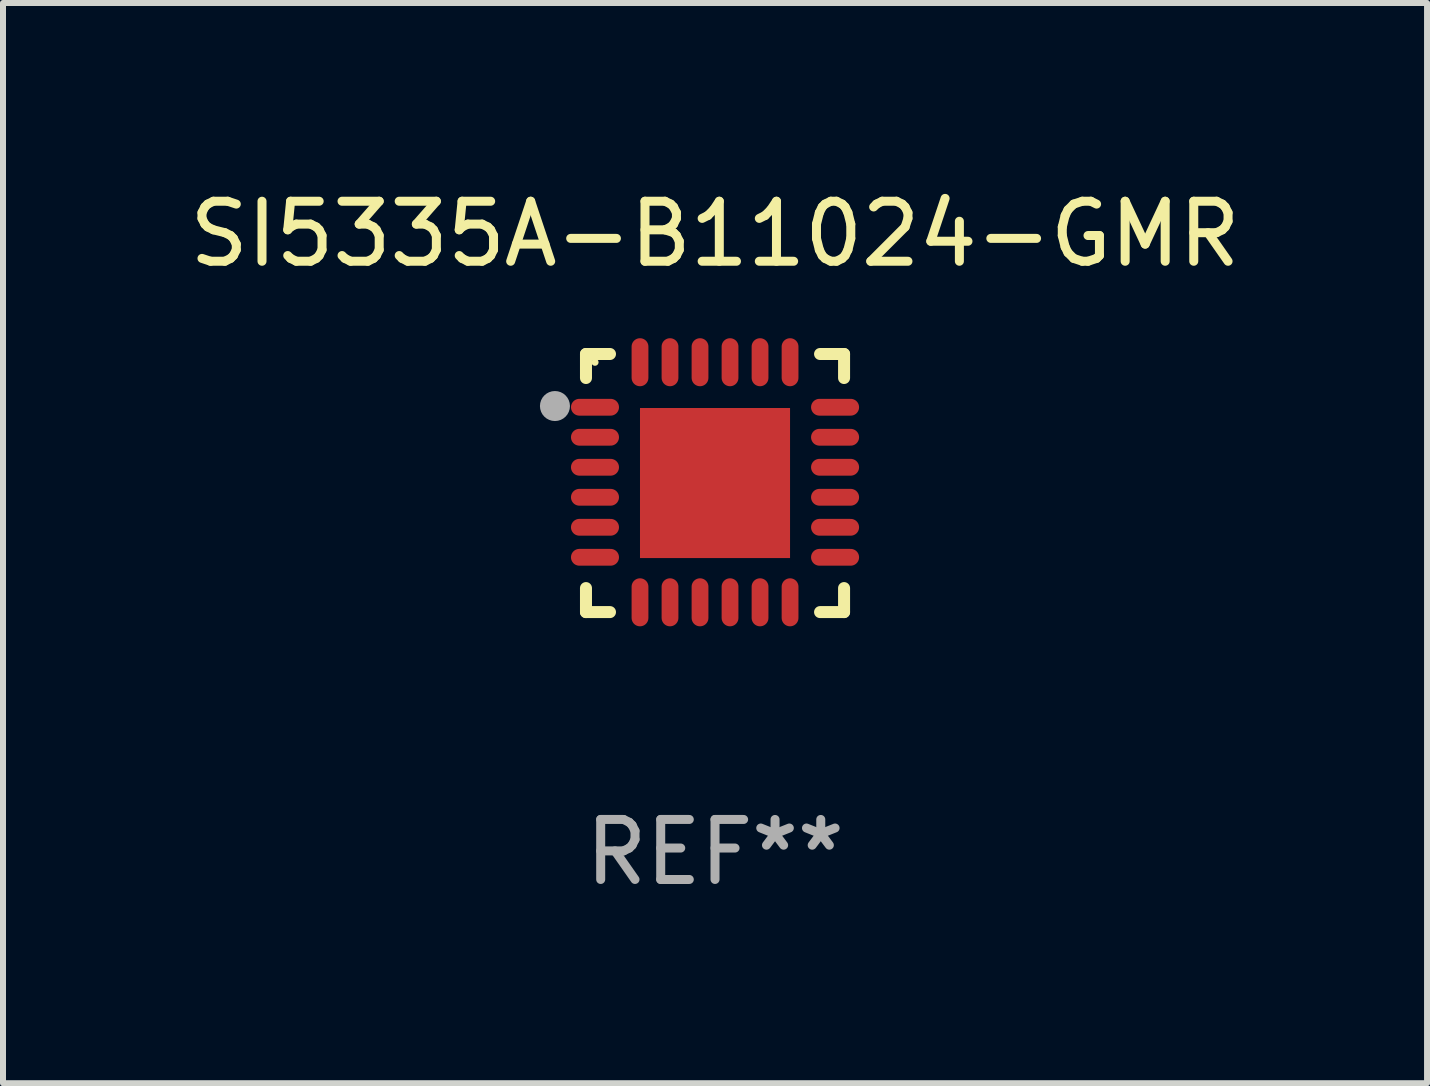
<source format=kicad_pcb>
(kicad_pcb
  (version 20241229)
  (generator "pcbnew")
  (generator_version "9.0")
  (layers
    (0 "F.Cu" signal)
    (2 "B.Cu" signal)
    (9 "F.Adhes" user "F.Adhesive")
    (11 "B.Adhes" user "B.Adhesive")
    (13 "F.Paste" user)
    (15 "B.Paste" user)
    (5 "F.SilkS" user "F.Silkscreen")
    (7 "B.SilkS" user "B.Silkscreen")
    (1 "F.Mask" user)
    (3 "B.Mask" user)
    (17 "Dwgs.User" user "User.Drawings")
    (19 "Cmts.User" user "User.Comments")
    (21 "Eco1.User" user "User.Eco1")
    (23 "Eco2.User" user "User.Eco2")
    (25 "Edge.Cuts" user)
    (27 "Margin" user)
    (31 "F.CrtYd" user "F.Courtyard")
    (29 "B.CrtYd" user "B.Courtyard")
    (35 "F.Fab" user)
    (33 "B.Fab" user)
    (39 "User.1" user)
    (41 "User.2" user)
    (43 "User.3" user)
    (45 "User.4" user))
  (footprint "SI5335A-B11024-GMR"
    (layer "F.Cu")
    (at 8.863 4.998)
    (property "Reference" "SI5335A-B11024-GMR" (at 0 -4.15 0) (layer "F.SilkS") (effects (font (size 1 1) (thickness 0.15))))
    (attr through_hole)
    (fp_line (start -2.15 -2.15) (end -1.75 -2.15) (stroke (width 0.2) (type solid)) (layer "F.SilkS"))
    (fp_line (start -2.15 -1.75) (end -2.15 -2.15) (stroke (width 0.2) (type solid)) (layer "F.SilkS"))
    (fp_line (start -2.15 2.15) (end -2.15 1.75) (stroke (width 0.2) (type solid)) (layer "F.SilkS"))
    (fp_line (start -1.75 2.15) (end -2.15 2.15) (stroke (width 0.2) (type solid)) (layer "F.SilkS"))
    (fp_line (start 1.75 -2.15) (end 2.15 -2.15) (stroke (width 0.2) (type solid)) (layer "F.SilkS"))
    (fp_line (start 1.75 2.15) (end 2.15 2.15) (stroke (width 0.2) (type solid)) (layer "F.SilkS"))
    (fp_line (start 2.15 -2.15) (end 2.15 -1.75) (stroke (width 0.2) (type solid)) (layer "F.SilkS"))
    (fp_line (start 2.15 2.15) (end 2.15 1.75) (stroke (width 0.2) (type solid)) (layer "F.SilkS"))
    (fp_circle (center -2 -2.013) (end -1.97 -2.013) (stroke (width 0.06) (type solid)) (fill no) (layer "F.SilkS"))
    (fp_circle (center -2.667 -1.283) (end -2.542 -1.283) (stroke (width 0.25) (type solid)) (fill no) (layer "F.Fab"))
    (fp_text user "REF**" (at 0 6.15 0) (layer "F.Fab") (effects (font (size 1 1) (thickness 0.15))))
    (pad "1" smd oval (at -2 -1.263) (size 0.8 0.28) (layers "F.Cu" "F.Mask" "F.Paste"))
    (pad "2" smd oval (at -2 -0.763) (size 0.8 0.28) (layers "F.Cu" "F.Mask" "F.Paste"))
    (pad "3" smd oval (at -2 -0.263) (size 0.8 0.28) (layers "F.Cu" "F.Mask" "F.Paste"))
    (pad "4" smd oval (at -2 0.237) (size 0.8 0.28) (layers "F.Cu" "F.Mask" "F.Paste"))
    (pad "5" smd oval (at -2 0.737) (size 0.8 0.28) (layers "F.Cu" "F.Mask" "F.Paste"))
    (pad "6" smd oval (at -2 1.237) (size 0.8 0.28) (layers "F.Cu" "F.Mask" "F.Paste"))
    (pad "7" smd oval (at -1.25 1.987) (size 0.28 0.8) (layers "F.Cu" "F.Mask" "F.Paste"))
    (pad "8" smd oval (at -0.75 1.987) (size 0.28 0.8) (layers "F.Cu" "F.Mask" "F.Paste"))
    (pad "9" smd oval (at -0.25 1.987) (size 0.28 0.8) (layers "F.Cu" "F.Mask" "F.Paste"))
    (pad "10" smd oval (at 0.25 1.987) (size 0.28 0.8) (layers "F.Cu" "F.Mask" "F.Paste"))
    (pad "11" smd oval (at 0.75 1.987) (size 0.28 0.8) (layers "F.Cu" "F.Mask" "F.Paste"))
    (pad "12" smd oval (at 1.25 1.987) (size 0.28 0.8) (layers "F.Cu" "F.Mask" "F.Paste"))
    (pad "13" smd oval (at 2 1.237) (size 0.8 0.28) (layers "F.Cu" "F.Mask" "F.Paste"))
    (pad "14" smd oval (at 2 0.737) (size 0.8 0.28) (layers "F.Cu" "F.Mask" "F.Paste"))
    (pad "15" smd oval (at 2 0.237) (size 0.8 0.28) (layers "F.Cu" "F.Mask" "F.Paste"))
    (pad "16" smd oval (at 2 -0.263) (size 0.8 0.28) (layers "F.Cu" "F.Mask" "F.Paste"))
    (pad "17" smd oval (at 2 -0.763) (size 0.8 0.28) (layers "F.Cu" "F.Mask" "F.Paste"))
    (pad "18" smd oval (at 2 -1.263) (size 0.8 0.28) (layers "F.Cu" "F.Mask" "F.Paste"))
    (pad "19" smd oval (at 1.25 -2.013) (size 0.28 0.8) (layers "F.Cu" "F.Mask" "F.Paste"))
    (pad "20" smd oval (at 0.75 -2.013) (size 0.28 0.8) (layers "F.Cu" "F.Mask" "F.Paste"))
    (pad "21" smd oval (at 0.25 -2.013) (size 0.28 0.8) (layers "F.Cu" "F.Mask" "F.Paste"))
    (pad "22" smd oval (at -0.25 -2.013) (size 0.28 0.8) (layers "F.Cu" "F.Mask" "F.Paste"))
    (pad "23" smd oval (at -0.75 -2.013) (size 0.28 0.8) (layers "F.Cu" "F.Mask" "F.Paste"))
    (pad "24" smd oval (at -1.25 -2.013) (size 0.28 0.8) (layers "F.Cu" "F.Mask" "F.Paste"))
    (pad "25" smd rect (at -0.000127 -0.00014) (size 2.5 2.5) (layers "F.Cu" "F.Mask" "F.Paste")))
  (gr_rect
    (start -3 -3)
    (end 20.726 14.997)
    (stroke (width 0.1) (type default))
    (fill no)
    (layer "Edge.Cuts")))
</source>
